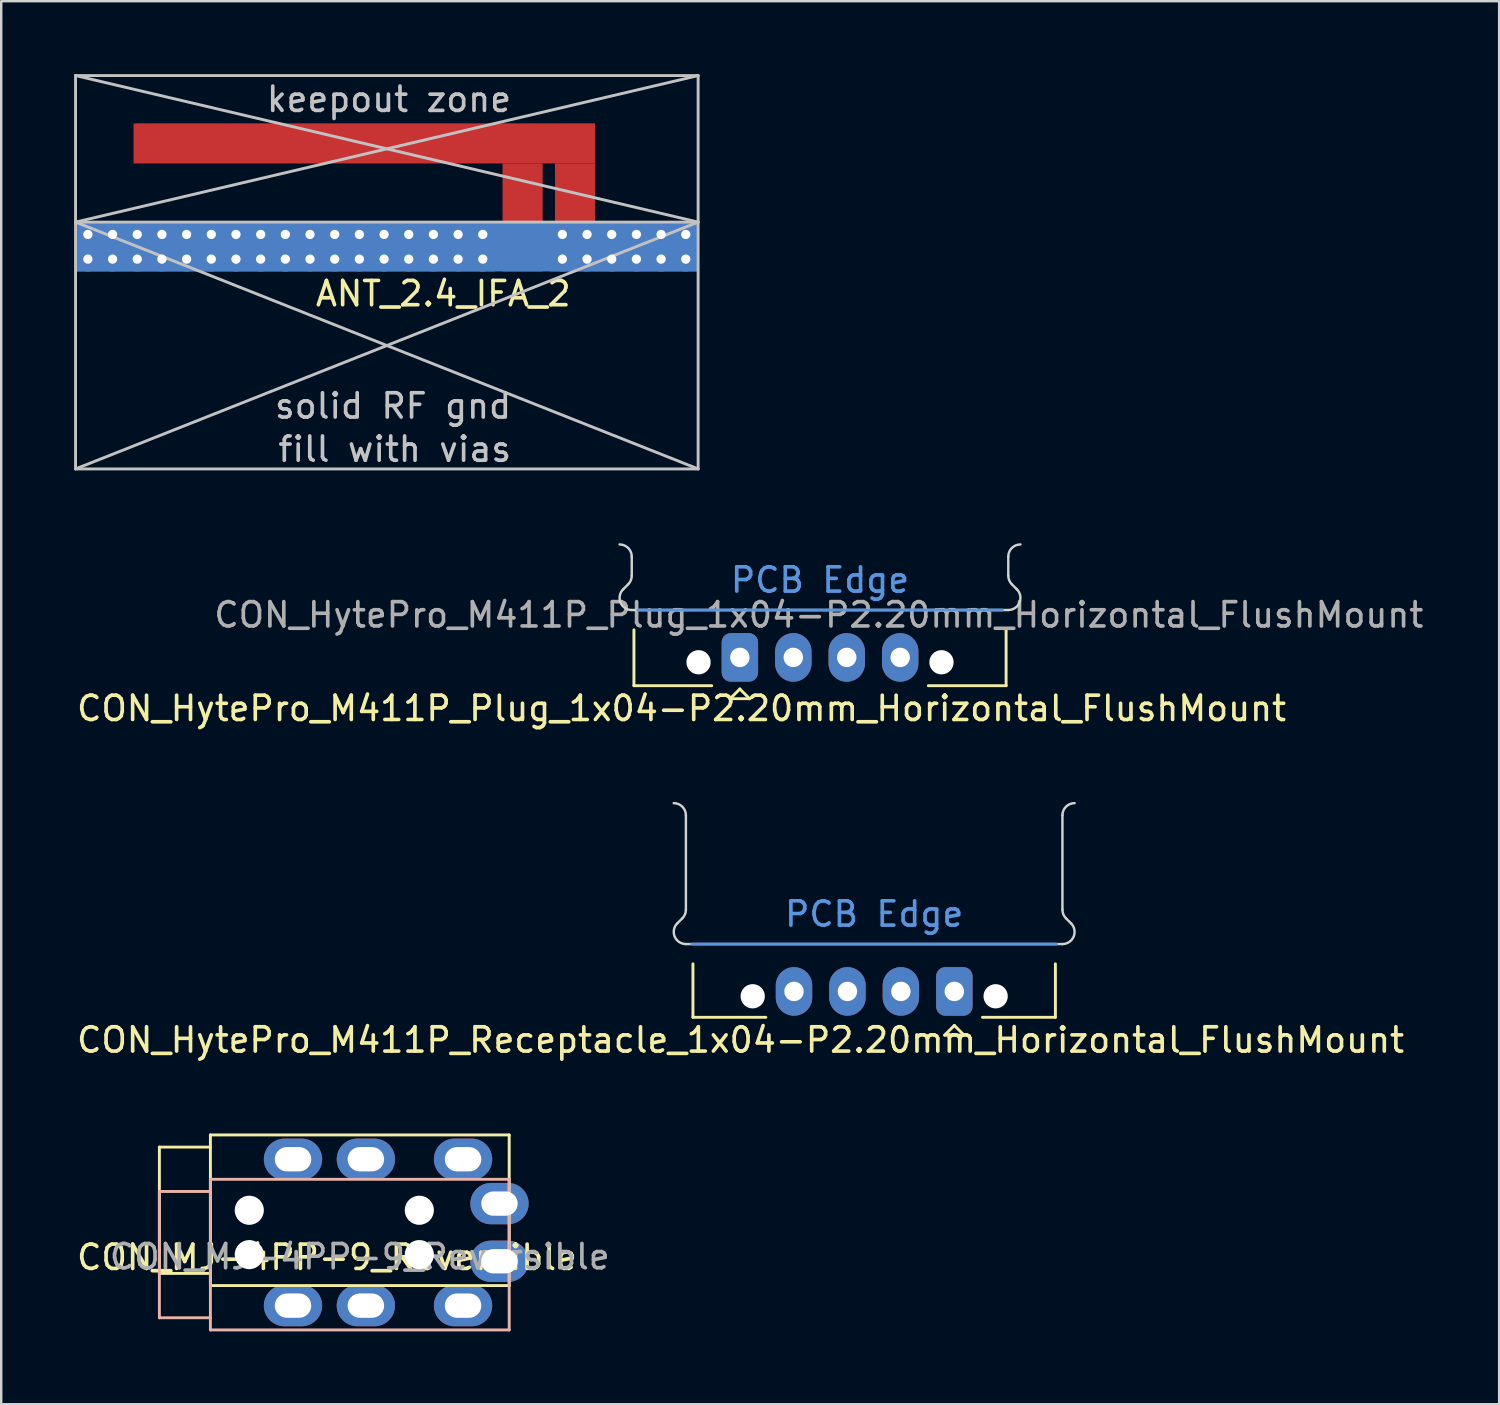
<source format=kicad_pcb>
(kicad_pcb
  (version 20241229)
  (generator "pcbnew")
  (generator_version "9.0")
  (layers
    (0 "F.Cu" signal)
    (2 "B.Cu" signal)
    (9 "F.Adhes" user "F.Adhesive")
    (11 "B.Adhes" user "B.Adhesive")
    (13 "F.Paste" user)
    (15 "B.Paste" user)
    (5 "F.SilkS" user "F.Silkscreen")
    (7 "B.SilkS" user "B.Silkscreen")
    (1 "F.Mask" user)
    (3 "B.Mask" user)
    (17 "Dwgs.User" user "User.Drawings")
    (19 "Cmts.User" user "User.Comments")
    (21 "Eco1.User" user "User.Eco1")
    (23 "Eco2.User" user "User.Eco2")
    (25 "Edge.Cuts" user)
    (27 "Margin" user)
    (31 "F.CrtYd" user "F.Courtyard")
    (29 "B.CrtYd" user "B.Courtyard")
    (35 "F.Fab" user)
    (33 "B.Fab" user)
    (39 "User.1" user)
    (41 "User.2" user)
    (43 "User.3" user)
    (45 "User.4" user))
  (footprint "CON_MJ-4PP-9_Reversible"
    (layer "F.Cu")
    (at 11.761 47.683)
    (property "Reference" "CON_MJ-4PP-9_Reversible" (at -1.35 1.026 0) (unlocked yes) (layer "F.SilkS") (effects (font (size 1 1) (thickness 0.15))))
    (attr through_hole exclude_from_pos_files exclude_from_bom)
    (fp_line (start -8.25 1.687) (end -8.25 -3.513) (stroke (width 0.12) (type solid)) (layer "F.SilkS"))
    (fp_line (start -6.15 -4.013) (end 6.15 -4.013) (stroke (width 0.12) (type solid)) (layer "F.SilkS"))
    (fp_line (start -6.15 -3.513) (end -8.25 -3.513) (stroke (width 0.12) (type solid)) (layer "F.SilkS"))
    (fp_line (start -6.15 1.687) (end -8.25 1.687) (stroke (width 0.12) (type solid)) (layer "F.SilkS"))
    (fp_line (start -6.15 2.187) (end -6.15 -4.013) (stroke (width 0.12) (type solid)) (layer "F.SilkS"))
    (fp_line (start 6.15 -4.013) (end 6.15 2.187) (stroke (width 0.12) (type solid)) (layer "F.SilkS"))
    (fp_line (start 6.15 2.187) (end -6.15 2.187) (stroke (width 0.12) (type solid)) (layer "F.SilkS"))
    (fp_line (start -8.25 -1.687) (end -8.25 3.513) (stroke (width 0.12) (type solid)) (layer "B.SilkS"))
    (fp_line (start -6.15 -2.187) (end -6.15 4.013) (stroke (width 0.12) (type solid)) (layer "B.SilkS"))
    (fp_line (start -6.15 -1.687) (end -8.25 -1.687) (stroke (width 0.12) (type solid)) (layer "B.SilkS"))
    (fp_line (start -6.15 3.513) (end -8.25 3.513) (stroke (width 0.12) (type solid)) (layer "B.SilkS"))
    (fp_line (start -6.15 4.013) (end 6.15 4.013) (stroke (width 0.12) (type solid)) (layer "B.SilkS"))
    (fp_line (start 6.15 -2.187) (end -6.15 -2.187) (stroke (width 0.12) (type solid)) (layer "B.SilkS"))
    (fp_line (start 6.15 4.013) (end 6.15 -2.187) (stroke (width 0.12) (type solid)) (layer "B.SilkS"))
    (fp_text user "${REFERENCE}" (at 0 1 0) (layer "F.Fab") (effects (font (size 1 1) (thickness 0.15))))
    (pad "" np_thru_hole circle (at -4.55 -0.913 90) (size 1.2 1.2) (drill 1.2) (layers "*.Cu" "*.Mask"))
    (pad "" np_thru_hole circle (at -4.55 0.913 90) (size 1.2 1.2) (drill 1.2) (layers "*.Cu" "*.Mask"))
    (pad "" np_thru_hole circle (at 2.45 -0.913 90) (size 1.2 1.2) (drill 1.2) (layers "*.Cu" "*.Mask"))
    (pad "" np_thru_hole circle (at 2.45 0.913 90) (size 1.2 1.2) (drill 1.2) (layers "*.Cu" "*.Mask"))
    (pad "R1" thru_hole oval (at 4.25 -3.013 90) (size 1.7 2.4) (drill oval 1 1.5) (layers "*.Cu" "*.Mask"))
    (pad "R1" thru_hole oval (at 4.25 3.013 90) (size 1.7 2.4) (drill oval 1 1.5) (layers "*.Cu" "*.Mask"))
    (pad "R2" thru_hole oval (at 0.25 -3.013 90) (size 1.7 2.4) (drill oval 1 1.5) (layers "*.Cu" "*.Mask"))
    (pad "R2" thru_hole oval (at 0.25 3.013 90) (size 1.7 2.4) (drill oval 1 1.5) (layers "*.Cu" "*.Mask"))
    (pad "S" thru_hole oval (at -2.75 -3.013 90) (size 1.7 2.4) (drill oval 1 1.5) (layers "*.Cu" "*.Mask"))
    (pad "S" thru_hole oval (at -2.75 3.013 90) (size 1.7 2.4) (drill oval 1 1.5) (layers "*.Cu" "*.Mask"))
    (pad "T" thru_hole oval (at 5.75 -1.187 90) (size 1.7 2.4) (drill oval 1 1.5) (layers "*.Cu" "*.Mask"))
    (pad "T" thru_hole oval (at 5.75 1.187 90) (size 1.7 2.4) (drill oval 1 1.5) (layers "*.Cu" "*.Mask")))
  (footprint "ANT_2.4_IFA_2"
    (layer "F.Cu")
    (at 18.462 7.109)
    (property "Reference" "ANT_2.4_IFA_2" (at -3.264 1.93 0) (layer "F.SilkS") (effects (font (size 1 1) (thickness 0.15))))
    (attr exclude_from_pos_files exclude_from_bom)
    (fp_line (start -18.402 -7.048) (end -18.402 -1.016) (stroke (width 0.12) (type solid)) (layer "Dwgs.User"))
    (fp_line (start -18.402 -1.016) (end -18.402 9.144) (stroke (width 0.12) (type solid)) (layer "Dwgs.User"))
    (fp_line (start -18.402 -1.016) (end 7.226 -7.048) (stroke (width 0.12) (type solid)) (layer "Dwgs.User"))
    (fp_line (start -18.402 -1.016) (end 7.226 -1.016) (stroke (width 0.12) (type solid)) (layer "Dwgs.User"))
    (fp_line (start 7.226 -7.048) (end -18.402 -7.048) (stroke (width 0.12) (type solid)) (layer "Dwgs.User"))
    (fp_line (start 7.226 -1.016) (end -18.402 -7.048) (stroke (width 0.12) (type solid)) (layer "Dwgs.User"))
    (fp_line (start 7.226 -1.016) (end -18.402 9.144) (stroke (width 0.12) (type solid)) (layer "Dwgs.User"))
    (fp_line (start 7.226 -1.016) (end 7.226 -7.048) (stroke (width 0.12) (type solid)) (layer "Dwgs.User"))
    (fp_line (start 7.226 -1.016) (end 7.226 9.144) (stroke (width 0.12) (type solid)) (layer "Dwgs.User"))
    (fp_line (start 7.226 9.144) (end -18.402 -1.016) (stroke (width 0.12) (type solid)) (layer "Dwgs.User"))
    (fp_line (start 7.226 9.144) (end -18.402 9.144) (stroke (width 0.12) (type solid)) (layer "Dwgs.User"))
    (fp_text user "keepout zone" (at -5.499 -6.071 0) (layer "Dwgs.User") (effects (font (size 1 1) (thickness 0.15))))
    (fp_text user "solid RF gnd" (at -5.332 6.553 0) (layer "Dwgs.User") (effects (font (size 1 1) (thickness 0.15))))
    (fp_text user "fill with vias" (at -5.261 8.331 0) (layer "Dwgs.User") (effects (font (size 1 1) (thickness 0.15))))
    (pad "1" smd custom (at -6.515 -4.255) (size 18.999 1.651) (layers "F.Cu") (options (anchor rect)) (primitives (gr_poly (pts (xy 9.5 0.826) (xy 9.5 3.239) (xy 7.849 3.239) (xy 7.849 0.826)) (width 0) (fill yes)) (gr_poly (pts (xy 7.341 0.826) (xy 7.341 3.239) (xy 5.69 3.239) (xy 5.69 0.826)) (width 0) (fill yes))))
    (pad "1" smd rect (at 0 0) (size 1.651 2.032) (layers "F.Cu"))
    (pad "2" thru_hole circle (at -17.894 -0.508) (size 1.016 1.016) (drill 0.381) (layers "*.Cu"))
    (pad "2" thru_hole circle (at -17.894 0.508) (size 1.016 1.016) (drill 0.381) (layers "*.Cu"))
    (pad "2" thru_hole circle (at -16.878 -0.508) (size 1.016 1.016) (drill 0.381) (layers "*.Cu"))
    (pad "2" thru_hole circle (at -16.878 0.508) (size 1.016 1.016) (drill 0.381) (layers "*.Cu"))
    (pad "2" thru_hole circle (at -15.862 -0.508) (size 1.016 1.016) (drill 0.381) (layers "*.Cu"))
    (pad "2" thru_hole circle (at -15.862 0.508) (size 1.016 1.016) (drill 0.381) (layers "*.Cu"))
    (pad "2" thru_hole circle (at -14.846 -0.508) (size 1.016 1.016) (drill 0.381) (layers "*.Cu"))
    (pad "2" thru_hole circle (at -14.846 0.508) (size 1.016 1.016) (drill 0.381) (layers "*.Cu"))
    (pad "2" thru_hole circle (at -13.83 -0.508) (size 1.016 1.016) (drill 0.381) (layers "*.Cu"))
    (pad "2" thru_hole circle (at -13.83 0.508) (size 1.016 1.016) (drill 0.381) (layers "*.Cu"))
    (pad "2" thru_hole circle (at -12.814 -0.508) (size 1.016 1.016) (drill 0.381) (layers "*.Cu"))
    (pad "2" thru_hole circle (at -12.814 0.508) (size 1.016 1.016) (drill 0.381) (layers "*.Cu"))
    (pad "2" thru_hole circle (at -11.798 -0.508) (size 1.016 1.016) (drill 0.381) (layers "*.Cu"))
    (pad "2" thru_hole circle (at -11.798 0.508) (size 1.016 1.016) (drill 0.381) (layers "*.Cu"))
    (pad "2" thru_hole circle (at -10.782 -0.508) (size 1.016 1.016) (drill 0.381) (layers "*.Cu"))
    (pad "2" thru_hole circle (at -10.782 0.508) (size 1.016 1.016) (drill 0.381) (layers "*.Cu"))
    (pad "2" thru_hole circle (at -9.766 -0.508) (size 1.016 1.016) (drill 0.381) (layers "*.Cu"))
    (pad "2" smd rect (at -9.766 0) (size 17.272 2.032) (layers "F.Cu"))
    (pad "2" thru_hole circle (at -9.766 0.508) (size 1.016 1.016) (drill 0.381) (layers "*.Cu"))
    (pad "2" thru_hole circle (at -8.75 -0.508) (size 1.016 1.016) (drill 0.381) (layers "*.Cu"))
    (pad "2" thru_hole circle (at -8.75 0.508) (size 1.016 1.016) (drill 0.381) (layers "*.Cu"))
    (pad "2" thru_hole circle (at -7.734 -0.508) (size 1.016 1.016) (drill 0.381) (layers "*.Cu"))
    (pad "2" thru_hole circle (at -7.734 0.508) (size 1.016 1.016) (drill 0.381) (layers "*.Cu"))
    (pad "2" thru_hole circle (at -6.718 -0.508) (size 1.016 1.016) (drill 0.381) (layers "*.Cu"))
    (pad "2" thru_hole circle (at -6.718 0.508) (size 1.016 1.016) (drill 0.381) (layers "*.Cu"))
    (pad "2" thru_hole circle (at -5.702 -0.508) (size 1.016 1.016) (drill 0.381) (layers "*.Cu"))
    (pad "2" thru_hole circle (at -5.702 0.508) (size 1.016 1.016) (drill 0.381) (layers "*.Cu"))
    (pad "2" smd rect (at -5.588 0) (size 25.629 2.032) (layers "B.Cu"))
    (pad "2" thru_hole circle (at -4.686 -0.508) (size 1.016 1.016) (drill 0.381) (layers "*.Cu"))
    (pad "2" thru_hole circle (at -4.686 0.508) (size 1.016 1.016) (drill 0.381) (layers "*.Cu"))
    (pad "2" thru_hole circle (at -3.67 -0.508) (size 1.016 1.016) (drill 0.381) (layers "*.Cu"))
    (pad "2" thru_hole circle (at -3.67 0.508) (size 1.016 1.016) (drill 0.381) (layers "*.Cu"))
    (pad "2" thru_hole circle (at -2.654 -0.508) (size 1.016 1.016) (drill 0.381) (layers "*.Cu"))
    (pad "2" thru_hole circle (at -2.654 0.508) (size 1.016 1.016) (drill 0.381) (layers "*.Cu"))
    (pad "2" thru_hole circle (at -1.638 -0.508) (size 1.016 1.016) (drill 0.381) (layers "*.Cu"))
    (pad "2" thru_hole circle (at -1.638 0.508) (size 1.016 1.016) (drill 0.381) (layers "*.Cu"))
    (pad "2" thru_hole circle (at 1.638 -0.508) (size 1.016 1.016) (drill 0.381) (layers "*.Cu"))
    (pad "2" thru_hole circle (at 1.638 0.508) (size 1.016 1.016) (drill 0.381) (layers "*.Cu"))
    (pad "2" thru_hole circle (at 2.654 -0.508) (size 1.016 1.016) (drill 0.381) (layers "*.Cu"))
    (pad "2" thru_hole circle (at 2.654 0.508) (size 1.016 1.016) (drill 0.381) (layers "*.Cu"))
    (pad "2" thru_hole circle (at 3.67 -0.508) (size 1.016 1.016) (drill 0.381) (layers "*.Cu"))
    (pad "2" thru_hole circle (at 3.67 0.508) (size 1.016 1.016) (drill 0.381) (layers "*.Cu"))
    (pad "2" smd rect (at 4.178 0) (size 6.096 2.032) (layers "F.Cu"))
    (pad "2" thru_hole circle (at 4.686 -0.508) (size 1.016 1.016) (drill 0.381) (layers "*.Cu"))
    (pad "2" thru_hole circle (at 4.686 0.508) (size 1.016 1.016) (drill 0.381) (layers "*.Cu"))
    (pad "2" thru_hole circle (at 5.702 -0.508) (size 1.016 1.016) (drill 0.381) (layers "*.Cu"))
    (pad "2" thru_hole circle (at 5.702 0.508) (size 1.016 1.016) (drill 0.381) (layers "*.Cu"))
    (pad "2" thru_hole circle (at 6.718 -0.508) (size 1.016 1.016) (drill 0.381) (layers "*.Cu"))
    (pad "2" thru_hole circle (at 6.718 0.508) (size 1.016 1.016) (drill 0.381) (layers "*.Cu")))
  (footprint "CON_HytePro_M411P_Plug_1x04-P2.20mm_Horizontal_FlushMount"
    (layer "F.Cu")
    (at 27.406 24.012)
    (property "Reference" "CON_HytePro_M411P_Plug_1x04-P2.20mm_Horizontal_FlushMount" (at -2.4 2.1 0) (unlocked yes) (layer "F.SilkS") (effects (font (size 1 1) (thickness 0.15))))
    (attr through_hole)
    (fp_line (start -4.36 -1.135) (end -4.36 1.165) (stroke (width 0.12) (type solid)) (layer "F.SilkS"))
    (fp_line (start -4.36 1.165) (end -1.16 1.165) (stroke (width 0.12) (type solid)) (layer "F.SilkS"))
    (fp_line (start -0.4 1.7) (end 0.4 1.7) (stroke (width 0.12) (type solid)) (layer "F.SilkS"))
    (fp_line (start 0 1.3) (end -0.4 1.7) (stroke (width 0.12) (type solid)) (layer "F.SilkS"))
    (fp_line (start 0.4 1.7) (end 0 1.3) (stroke (width 0.12) (type solid)) (layer "F.SilkS"))
    (fp_line (start 7.76 1.165) (end 10.96 1.165) (stroke (width 0.12) (type solid)) (layer "F.SilkS"))
    (fp_line (start 10.96 -1.135) (end 10.96 1.165) (stroke (width 0.12) (type solid)) (layer "F.SilkS"))
    (fp_line (start -4.2 -1.95) (end 10.8 -1.95) (stroke (width 0.12) (type solid)) (layer "Cmts.User"))
    (fp_line (start -4.804 -2.803) (end -4.596 -3.01) (stroke (width 0.1) (type default)) (layer "Edge.Cuts"))
    (fp_line (start -4.45 -3.364) (end -4.45 -4.15) (stroke (width 0.1) (type default)) (layer "Edge.Cuts"))
    (fp_line (start -4.45 -1.95) (end 11.05 -1.95) (stroke (width 0.1) (type default)) (layer "Edge.Cuts"))
    (fp_line (start 11.05 -3.364) (end 11.05 -4.15) (stroke (width 0.1) (type default)) (layer "Edge.Cuts"))
    (fp_line (start 11.196 -3.01) (end 11.404 -2.803) (stroke (width 0.1) (type default)) (layer "Edge.Cuts"))
    (fp_arc (start -4.950001 -4.649894) (mid -4.596466 -4.503427) (end -4.45 -4.149894) (stroke (width 0.1) (type default)) (layer "Edge.Cuts"))
    (fp_arc (start -4.450002 -3.364) (mid -4.488035 -3.172643) (end -4.596448 -3.010447) (stroke (width 0.1) (type default)) (layer "Edge.Cuts"))
    (fp_arc (start -4.45 -1.949892) (mid -4.911926 -2.25856) (end -4.803554 -2.803447) (stroke (width 0.1) (type default)) (layer "Edge.Cuts"))
    (fp_arc (start 11.049999 -4.149894) (mid 11.196414 -4.503481) (end 11.55 -4.649895) (stroke (width 0.1) (type default)) (layer "Edge.Cuts"))
    (fp_arc (start 11.196446 -3.010446) (mid 11.088048 -3.172657) (end 11.05 -3.363999) (stroke (width 0.1) (type default)) (layer "Edge.Cuts"))
    (fp_arc (start 11.403552 -2.803448) (mid 11.51197 -2.258535) (end 11.049999 -1.949892) (stroke (width 0.1) (type default)) (layer "Edge.Cuts"))
    (fp_text user "PCB Edge" (at 3.3 -2.6 0) (unlocked yes) (layer "Cmts.User") (effects (font (size 1 1) (thickness 0.15)) (justify bottom)))
    (fp_text user "${REFERENCE}" (at 3.25 -1.75 0) (layer "F.Fab") (effects (font (size 1 1) (thickness 0.15))))
    (pad "" np_thru_hole circle (at -1.7 0.2) (size 1 1) (drill 1) (layers "*.Cu" "*.Mask"))
    (pad "" np_thru_hole circle (at 8.3 0.2) (size 1 1) (drill 1) (layers "*.Cu" "*.Mask"))
    (pad "1" thru_hole roundrect (at 0 0) (size 1.5 2) (drill 0.8) (layers "*.Cu" "*.Mask") (roundrect_rratio 0.25))
    (pad "2" thru_hole oval (at 2.2 0) (size 1.5 2) (drill 0.8) (layers "*.Cu" "*.Mask"))
    (pad "3" thru_hole oval (at 4.4 0) (size 1.5 2) (drill 0.8) (layers "*.Cu" "*.Mask"))
    (pad "4" thru_hole oval (at 6.6 0) (size 1.5 2) (drill 0.8) (layers "*.Cu" "*.Mask")))
  (footprint "CON_HytePro_M411P_Receptacle_1x04-P2.20mm_Horizontal_FlushMount"
    (layer "F.Cu")
    (at 36.235 37.762)
    (property "Reference" "CON_HytePro_M411P_Receptacle_1x04-P2.20mm_Horizontal_FlushMount" (at -8.8 2 0) (unlocked yes) (layer "F.SilkS") (effects (font (size 1 1) (thickness 0.15))))
    (attr through_hole)
    (fp_line (start -10.76 -1.135) (end -10.76 1.065) (stroke (width 0.12) (type solid)) (layer "F.SilkS"))
    (fp_line (start -10.76 1.065) (end -7.76 1.065) (stroke (width 0.12) (type solid)) (layer "F.SilkS"))
    (fp_line (start -0.4 1.8) (end 0.4 1.8) (stroke (width 0.12) (type solid)) (layer "F.SilkS"))
    (fp_line (start 0 1.4) (end -0.4 1.8) (stroke (width 0.12) (type solid)) (layer "F.SilkS"))
    (fp_line (start 0.4 1.8) (end 0 1.4) (stroke (width 0.12) (type solid)) (layer "F.SilkS"))
    (fp_line (start 1.16 1.065) (end 4.16 1.065) (stroke (width 0.12) (type solid)) (layer "F.SilkS"))
    (fp_line (start 4.16 -1.135) (end 4.16 1.065) (stroke (width 0.12) (type solid)) (layer "F.SilkS"))
    (fp_line (start -10.8 -1.95) (end 4.2 -1.95) (stroke (width 0.12) (type solid)) (layer "Cmts.User"))
    (fp_line (start -11.404 -2.803) (end -11.196 -3.01) (stroke (width 0.1) (type default)) (layer "Edge.Cuts"))
    (fp_line (start -11.05 -1.95) (end 4.45 -1.95) (stroke (width 0.1) (type default)) (layer "Edge.Cuts"))
    (fp_line (start -11.05 -7.251) (end -11.05 -3.364) (stroke (width 0.1) (type default)) (layer "Edge.Cuts"))
    (fp_line (start 4.45 -7.251) (end 4.45 -3.364) (stroke (width 0.1) (type default)) (layer "Edge.Cuts"))
    (fp_line (start 4.596 -3.01) (end 4.804 -2.803) (stroke (width 0.1) (type default)) (layer "Edge.Cuts"))
    (fp_arc (start -11.550001 -7.750891) (mid -11.196456 -7.604437) (end -11.049999 -7.250894) (stroke (width 0.1) (type default)) (layer "Edge.Cuts"))
    (fp_arc (start -11.050002 -3.364) (mid -11.088035 -3.172643) (end -11.196448 -3.010447) (stroke (width 0.1) (type default)) (layer "Edge.Cuts"))
    (fp_arc (start -11.05 -1.949892) (mid -11.511926 -2.25856) (end -11.403554 -2.803447) (stroke (width 0.1) (type default)) (layer "Edge.Cuts"))
    (fp_arc (start 4.45 -7.250892) (mid 4.596464 -7.604429) (end 4.950001 -7.750892) (stroke (width 0.1) (type default)) (layer "Edge.Cuts"))
    (fp_arc (start 4.596446 -3.010446) (mid 4.488048 -3.172657) (end 4.45 -3.363999) (stroke (width 0.1) (type default)) (layer "Edge.Cuts"))
    (fp_arc (start 4.803552 -2.803448) (mid 4.91197 -2.258535) (end 4.449999 -1.949892) (stroke (width 0.1) (type default)) (layer "Edge.Cuts"))
    (fp_text user "PCB Edge" (at -3.3 -2.6 0) (unlocked yes) (layer "Cmts.User") (effects (font (size 1 1) (thickness 0.15)) (justify bottom)))
    (pad "" np_thru_hole circle (at -8.3 0.2) (size 1 1) (drill 1) (layers "*.Cu" "*.Mask"))
    (pad "" np_thru_hole circle (at 1.7 0.2) (size 1 1) (drill 1) (layers "*.Cu" "*.Mask"))
    (pad "1" thru_hole roundrect (at 0 0 180) (size 1.5 2) (drill 0.8) (layers "*.Cu" "*.Mask") (roundrect_rratio 0.25))
    (pad "2" thru_hole oval (at -2.2 0 180) (size 1.5 2) (drill 0.8) (layers "*.Cu" "*.Mask"))
    (pad "3" thru_hole oval (at -4.4 0 180) (size 1.5 2) (drill 0.8) (layers "*.Cu" "*.Mask"))
    (pad "4" thru_hole oval (at -6.6 0 180) (size 1.5 2) (drill 0.8) (layers "*.Cu" "*.Mask")))
  (gr_rect
    (start -3 -3)
    (end 58.662 54.755)
    (stroke (width 0.1) (type default))
    (fill no)
    (layer "Edge.Cuts")))
</source>
